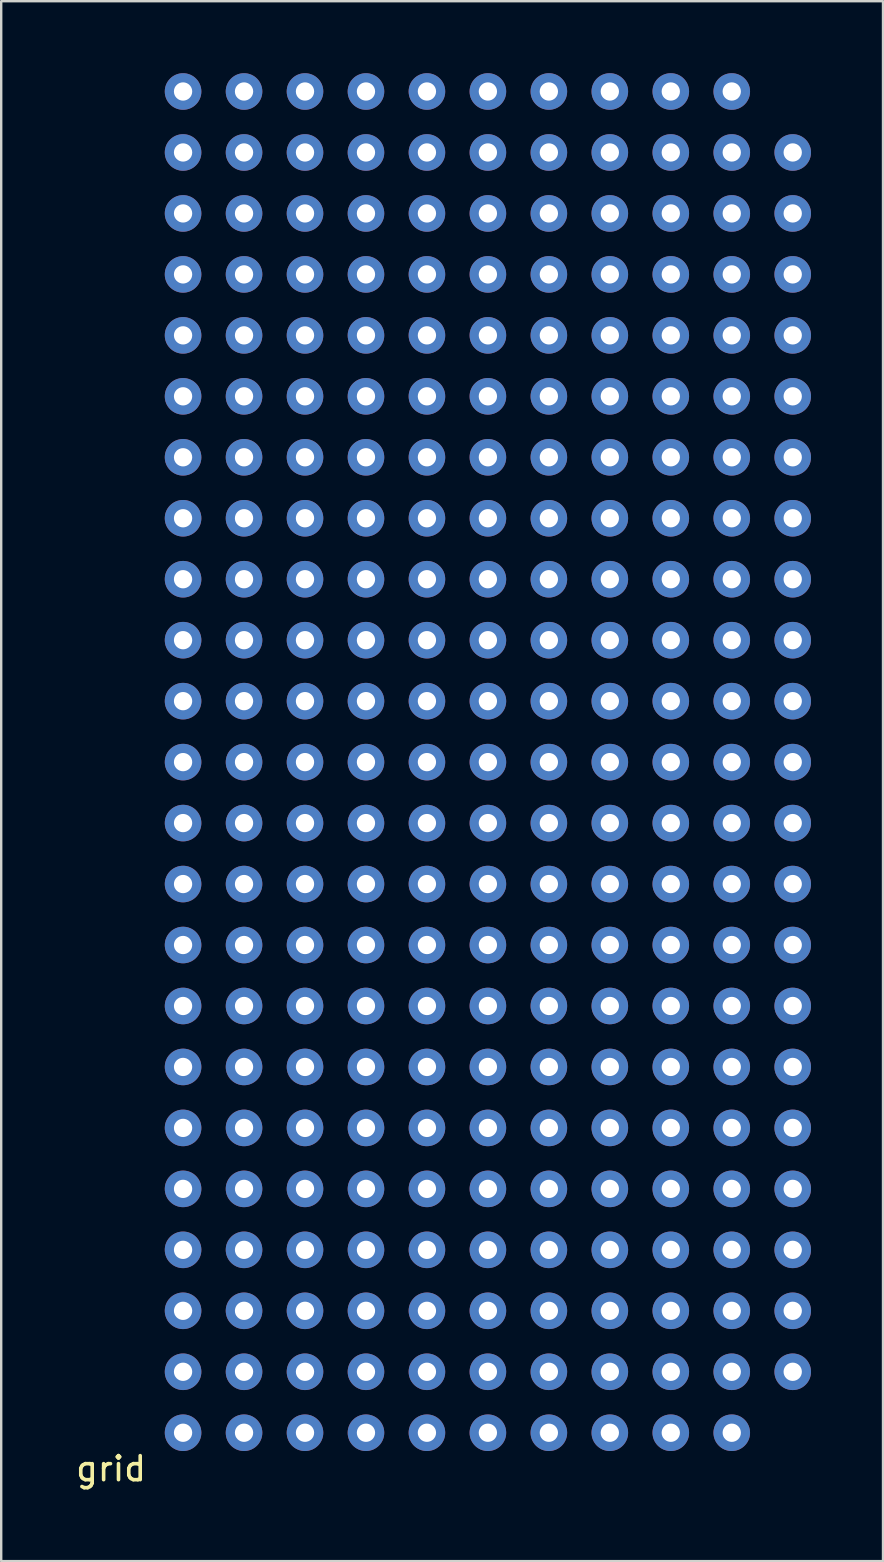
<source format=kicad_pcb>
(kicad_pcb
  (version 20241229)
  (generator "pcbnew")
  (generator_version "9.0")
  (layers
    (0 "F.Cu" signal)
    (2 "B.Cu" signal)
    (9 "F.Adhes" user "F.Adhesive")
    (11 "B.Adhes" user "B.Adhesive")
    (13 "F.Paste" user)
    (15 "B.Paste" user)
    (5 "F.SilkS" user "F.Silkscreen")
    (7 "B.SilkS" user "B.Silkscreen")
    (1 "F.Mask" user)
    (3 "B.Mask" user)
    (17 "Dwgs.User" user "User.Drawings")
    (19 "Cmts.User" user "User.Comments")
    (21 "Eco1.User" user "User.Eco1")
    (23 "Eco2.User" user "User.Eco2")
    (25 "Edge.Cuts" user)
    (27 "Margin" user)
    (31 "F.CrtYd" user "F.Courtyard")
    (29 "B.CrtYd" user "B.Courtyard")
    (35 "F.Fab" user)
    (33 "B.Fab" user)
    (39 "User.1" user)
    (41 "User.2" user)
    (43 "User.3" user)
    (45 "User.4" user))
  (footprint "grid"
    (layer "F.Cu")
    (at 4.577 56.642)
    (property "Reference" "grid" (at -3 1.5 0) (layer "F.SilkS") (effects (font (size 1 1) (thickness 0.15))))
    (attr through_hole)
    (pad "1" thru_hole circle (at 0 0) (size 1.524 1.524) (drill 0.762) (layers "*.Cu" "*.Mask"))
    (pad "12" thru_hole circle (at 0 -2.54) (size 1.524 1.524) (drill 0.762) (layers "*.Cu" "*.Mask"))
    (pad "13" thru_hole circle (at 0 -5.08) (size 1.524 1.524) (drill 0.762) (layers "*.Cu" "*.Mask"))
    (pad "14" thru_hole circle (at 0 -7.62) (size 1.524 1.524) (drill 0.762) (layers "*.Cu" "*.Mask"))
    (pad "15" thru_hole circle (at 0 -10.16) (size 1.524 1.524) (drill 0.762) (layers "*.Cu" "*.Mask"))
    (pad "16" thru_hole circle (at 0 -12.7) (size 1.524 1.524) (drill 0.762) (layers "*.Cu" "*.Mask"))
    (pad "17" thru_hole circle (at 0 -15.24) (size 1.524 1.524) (drill 0.762) (layers "*.Cu" "*.Mask"))
    (pad "18" thru_hole circle (at 0 -17.78) (size 1.524 1.524) (drill 0.762) (layers "*.Cu" "*.Mask"))
    (pad "19" thru_hole circle (at 0 -20.32) (size 1.524 1.524) (drill 0.762) (layers "*.Cu" "*.Mask"))
    (pad "21" thru_hole circle (at 2.54 0) (size 1.524 1.524) (drill 0.762) (layers "*.Cu" "*.Mask"))
    (pad "22" thru_hole circle (at 2.54 -2.54) (size 1.524 1.524) (drill 0.762) (layers "*.Cu" "*.Mask"))
    (pad "23" thru_hole circle (at 2.54 -5.08) (size 1.524 1.524) (drill 0.762) (layers "*.Cu" "*.Mask"))
    (pad "24" thru_hole circle (at 2.54 -7.62) (size 1.524 1.524) (drill 0.762) (layers "*.Cu" "*.Mask"))
    (pad "25" thru_hole circle (at 2.54 -10.16) (size 1.524 1.524) (drill 0.762) (layers "*.Cu" "*.Mask"))
    (pad "26" thru_hole circle (at 2.54 -12.7) (size 1.524 1.524) (drill 0.762) (layers "*.Cu" "*.Mask"))
    (pad "27" thru_hole circle (at 2.54 -15.24) (size 1.524 1.524) (drill 0.762) (layers "*.Cu" "*.Mask"))
    (pad "28" thru_hole circle (at 2.54 -17.78) (size 1.524 1.524) (drill 0.762) (layers "*.Cu" "*.Mask"))
    (pad "29" thru_hole circle (at 2.54 -20.32) (size 1.524 1.524) (drill 0.762) (layers "*.Cu" "*.Mask"))
    (pad "31" thru_hole circle (at 5.08 0) (size 1.524 1.524) (drill 0.762) (layers "*.Cu" "*.Mask"))
    (pad "32" thru_hole circle (at 5.08 -2.54) (size 1.524 1.524) (drill 0.762) (layers "*.Cu" "*.Mask"))
    (pad "33" thru_hole circle (at 5.08 -5.08) (size 1.524 1.524) (drill 0.762) (layers "*.Cu" "*.Mask"))
    (pad "34" thru_hole circle (at 5.08 -7.62) (size 1.524 1.524) (drill 0.762) (layers "*.Cu" "*.Mask"))
    (pad "35" thru_hole circle (at 5.08 -10.16) (size 1.524 1.524) (drill 0.762) (layers "*.Cu" "*.Mask"))
    (pad "36" thru_hole circle (at 5.08 -12.7) (size 1.524 1.524) (drill 0.762) (layers "*.Cu" "*.Mask"))
    (pad "37" thru_hole circle (at 5.08 -15.24) (size 1.524 1.524) (drill 0.762) (layers "*.Cu" "*.Mask"))
    (pad "38" thru_hole circle (at 5.08 -17.78) (size 1.524 1.524) (drill 0.762) (layers "*.Cu" "*.Mask"))
    (pad "39" thru_hole circle (at 5.08 -20.32) (size 1.524 1.524) (drill 0.762) (layers "*.Cu" "*.Mask"))
    (pad "41" thru_hole circle (at 7.62 0) (size 1.524 1.524) (drill 0.762) (layers "*.Cu" "*.Mask"))
    (pad "42" thru_hole circle (at 7.62 -2.54) (size 1.524 1.524) (drill 0.762) (layers "*.Cu" "*.Mask"))
    (pad "43" thru_hole circle (at 7.62 -5.08) (size 1.524 1.524) (drill 0.762) (layers "*.Cu" "*.Mask"))
    (pad "44" thru_hole circle (at 7.62 -7.62) (size 1.524 1.524) (drill 0.762) (layers "*.Cu" "*.Mask"))
    (pad "45" thru_hole circle (at 7.62 -10.16) (size 1.524 1.524) (drill 0.762) (layers "*.Cu" "*.Mask"))
    (pad "46" thru_hole circle (at 7.62 -12.7) (size 1.524 1.524) (drill 0.762) (layers "*.Cu" "*.Mask"))
    (pad "47" thru_hole circle (at 7.62 -15.24) (size 1.524 1.524) (drill 0.762) (layers "*.Cu" "*.Mask"))
    (pad "48" thru_hole circle (at 7.62 -17.78) (size 1.524 1.524) (drill 0.762) (layers "*.Cu" "*.Mask"))
    (pad "49" thru_hole circle (at 7.62 -20.32) (size 1.524 1.524) (drill 0.762) (layers "*.Cu" "*.Mask"))
    (pad "51" thru_hole circle (at 10.16 0) (size 1.524 1.524) (drill 0.762) (layers "*.Cu" "*.Mask"))
    (pad "52" thru_hole circle (at 10.16 -2.54) (size 1.524 1.524) (drill 0.762) (layers "*.Cu" "*.Mask"))
    (pad "53" thru_hole circle (at 10.16 -5.08) (size 1.524 1.524) (drill 0.762) (layers "*.Cu" "*.Mask"))
    (pad "54" thru_hole circle (at 10.16 -7.62) (size 1.524 1.524) (drill 0.762) (layers "*.Cu" "*.Mask"))
    (pad "55" thru_hole circle (at 10.16 -10.16) (size 1.524 1.524) (drill 0.762) (layers "*.Cu" "*.Mask"))
    (pad "56" thru_hole circle (at 10.16 -12.7) (size 1.524 1.524) (drill 0.762) (layers "*.Cu" "*.Mask"))
    (pad "57" thru_hole circle (at 10.16 -15.24) (size 1.524 1.524) (drill 0.762) (layers "*.Cu" "*.Mask"))
    (pad "58" thru_hole circle (at 10.16 -17.78) (size 1.524 1.524) (drill 0.762) (layers "*.Cu" "*.Mask"))
    (pad "59" thru_hole circle (at 10.16 -20.32) (size 1.524 1.524) (drill 0.762) (layers "*.Cu" "*.Mask"))
    (pad "61" thru_hole circle (at 12.7 0) (size 1.524 1.524) (drill 0.762) (layers "*.Cu" "*.Mask"))
    (pad "62" thru_hole circle (at 12.7 -2.54) (size 1.524 1.524) (drill 0.762) (layers "*.Cu" "*.Mask"))
    (pad "63" thru_hole circle (at 12.7 -5.08) (size 1.524 1.524) (drill 0.762) (layers "*.Cu" "*.Mask"))
    (pad "64" thru_hole circle (at 12.7 -7.62) (size 1.524 1.524) (drill 0.762) (layers "*.Cu" "*.Mask"))
    (pad "65" thru_hole circle (at 12.7 -10.16) (size 1.524 1.524) (drill 0.762) (layers "*.Cu" "*.Mask"))
    (pad "66" thru_hole circle (at 12.7 -12.7) (size 1.524 1.524) (drill 0.762) (layers "*.Cu" "*.Mask"))
    (pad "67" thru_hole circle (at 12.7 -15.24) (size 1.524 1.524) (drill 0.762) (layers "*.Cu" "*.Mask"))
    (pad "68" thru_hole circle (at 12.7 -17.78) (size 1.524 1.524) (drill 0.762) (layers "*.Cu" "*.Mask"))
    (pad "69" thru_hole circle (at 12.7 -20.32) (size 1.524 1.524) (drill 0.762) (layers "*.Cu" "*.Mask"))
    (pad "71" thru_hole circle (at 15.24 0) (size 1.524 1.524) (drill 0.762) (layers "*.Cu" "*.Mask"))
    (pad "72" thru_hole circle (at 15.24 -2.54) (size 1.524 1.524) (drill 0.762) (layers "*.Cu" "*.Mask"))
    (pad "73" thru_hole circle (at 15.24 -5.08) (size 1.524 1.524) (drill 0.762) (layers "*.Cu" "*.Mask"))
    (pad "74" thru_hole circle (at 15.24 -7.62) (size 1.524 1.524) (drill 0.762) (layers "*.Cu" "*.Mask"))
    (pad "75" thru_hole circle (at 15.24 -10.16) (size 1.524 1.524) (drill 0.762) (layers "*.Cu" "*.Mask"))
    (pad "76" thru_hole circle (at 15.24 -12.7) (size 1.524 1.524) (drill 0.762) (layers "*.Cu" "*.Mask"))
    (pad "77" thru_hole circle (at 15.24 -15.24) (size 1.524 1.524) (drill 0.762) (layers "*.Cu" "*.Mask"))
    (pad "78" thru_hole circle (at 15.24 -17.78) (size 1.524 1.524) (drill 0.762) (layers "*.Cu" "*.Mask"))
    (pad "79" thru_hole circle (at 15.24 -20.32) (size 1.524 1.524) (drill 0.762) (layers "*.Cu" "*.Mask"))
    (pad "81" thru_hole circle (at 17.78 0) (size 1.524 1.524) (drill 0.762) (layers "*.Cu" "*.Mask"))
    (pad "82" thru_hole circle (at 17.78 -2.54) (size 1.524 1.524) (drill 0.762) (layers "*.Cu" "*.Mask"))
    (pad "83" thru_hole circle (at 17.78 -5.08) (size 1.524 1.524) (drill 0.762) (layers "*.Cu" "*.Mask"))
    (pad "84" thru_hole circle (at 17.78 -7.62) (size 1.524 1.524) (drill 0.762) (layers "*.Cu" "*.Mask"))
    (pad "85" thru_hole circle (at 17.78 -10.16) (size 1.524 1.524) (drill 0.762) (layers "*.Cu" "*.Mask"))
    (pad "86" thru_hole circle (at 17.78 -12.7) (size 1.524 1.524) (drill 0.762) (layers "*.Cu" "*.Mask"))
    (pad "87" thru_hole circle (at 17.78 -15.24) (size 1.524 1.524) (drill 0.762) (layers "*.Cu" "*.Mask"))
    (pad "88" thru_hole circle (at 17.78 -17.78) (size 1.524 1.524) (drill 0.762) (layers "*.Cu" "*.Mask"))
    (pad "89" thru_hole circle (at 17.78 -20.32) (size 1.524 1.524) (drill 0.762) (layers "*.Cu" "*.Mask"))
    (pad "91" thru_hole circle (at 20.32 0) (size 1.524 1.524) (drill 0.762) (layers "*.Cu" "*.Mask"))
    (pad "92" thru_hole circle (at 20.32 -2.54) (size 1.524 1.524) (drill 0.762) (layers "*.Cu" "*.Mask"))
    (pad "93" thru_hole circle (at 20.32 -5.08) (size 1.524 1.524) (drill 0.762) (layers "*.Cu" "*.Mask"))
    (pad "94" thru_hole circle (at 20.32 -7.62) (size 1.524 1.524) (drill 0.762) (layers "*.Cu" "*.Mask"))
    (pad "95" thru_hole circle (at 20.32 -10.16) (size 1.524 1.524) (drill 0.762) (layers "*.Cu" "*.Mask"))
    (pad "96" thru_hole circle (at 20.32 -12.7) (size 1.524 1.524) (drill 0.762) (layers "*.Cu" "*.Mask"))
    (pad "97" thru_hole circle (at 20.32 -15.24) (size 1.524 1.524) (drill 0.762) (layers "*.Cu" "*.Mask"))
    (pad "98" thru_hole circle (at 20.32 -17.78) (size 1.524 1.524) (drill 0.762) (layers "*.Cu" "*.Mask"))
    (pad "99" thru_hole circle (at 20.32 -20.32) (size 1.524 1.524) (drill 0.762) (layers "*.Cu" "*.Mask"))
    (pad "101" thru_hole circle (at 22.86 0) (size 1.524 1.524) (drill 0.762) (layers "*.Cu" "*.Mask"))
    (pad "102" thru_hole circle (at 22.86 -2.54) (size 1.524 1.524) (drill 0.762) (layers "*.Cu" "*.Mask"))
    (pad "103" thru_hole circle (at 22.86 -5.08) (size 1.524 1.524) (drill 0.762) (layers "*.Cu" "*.Mask"))
    (pad "104" thru_hole circle (at 22.86 -7.62) (size 1.524 1.524) (drill 0.762) (layers "*.Cu" "*.Mask"))
    (pad "105" thru_hole circle (at 22.86 -10.16) (size 1.524 1.524) (drill 0.762) (layers "*.Cu" "*.Mask"))
    (pad "106" thru_hole circle (at 22.86 -12.7) (size 1.524 1.524) (drill 0.762) (layers "*.Cu" "*.Mask"))
    (pad "107" thru_hole circle (at 22.86 -15.24) (size 1.524 1.524) (drill 0.762) (layers "*.Cu" "*.Mask"))
    (pad "108" thru_hole circle (at 22.86 -17.78) (size 1.524 1.524) (drill 0.762) (layers "*.Cu" "*.Mask"))
    (pad "109" thru_hole circle (at 22.86 -20.32) (size 1.524 1.524) (drill 0.762) (layers "*.Cu" "*.Mask"))
    (pad "110" thru_hole circle (at 0 -22.86) (size 1.524 1.524) (drill 0.762) (layers "*.Cu" "*.Mask"))
    (pad "111" thru_hole circle (at 0 -25.4) (size 1.524 1.524) (drill 0.762) (layers "*.Cu" "*.Mask"))
    (pad "112" thru_hole circle (at 0 -27.94) (size 1.524 1.524) (drill 0.762) (layers "*.Cu" "*.Mask"))
    (pad "112" thru_hole circle (at 25.4 -2.54) (size 1.524 1.524) (drill 0.762) (layers "*.Cu" "*.Mask"))
    (pad "113" thru_hole circle (at 0 -30.48) (size 1.524 1.524) (drill 0.762) (layers "*.Cu" "*.Mask"))
    (pad "113" thru_hole circle (at 25.4 -5.08) (size 1.524 1.524) (drill 0.762) (layers "*.Cu" "*.Mask"))
    (pad "114" thru_hole circle (at 0 -33.02) (size 1.524 1.524) (drill 0.762) (layers "*.Cu" "*.Mask"))
    (pad "114" thru_hole circle (at 25.4 -7.62) (size 1.524 1.524) (drill 0.762) (layers "*.Cu" "*.Mask"))
    (pad "115" thru_hole circle (at 0 -35.56) (size 1.524 1.524) (drill 0.762) (layers "*.Cu" "*.Mask"))
    (pad "115" thru_hole circle (at 25.4 -10.16) (size 1.524 1.524) (drill 0.762) (layers "*.Cu" "*.Mask"))
    (pad "116" thru_hole circle (at 0 -38.1) (size 1.524 1.524) (drill 0.762) (layers "*.Cu" "*.Mask"))
    (pad "116" thru_hole circle (at 25.4 -12.7) (size 1.524 1.524) (drill 0.762) (layers "*.Cu" "*.Mask"))
    (pad "117" thru_hole circle (at 0 -40.64) (size 1.524 1.524) (drill 0.762) (layers "*.Cu" "*.Mask"))
    (pad "117" thru_hole circle (at 25.4 -15.24) (size 1.524 1.524) (drill 0.762) (layers "*.Cu" "*.Mask"))
    (pad "118" thru_hole circle (at 0 -43.18) (size 1.524 1.524) (drill 0.762) (layers "*.Cu" "*.Mask"))
    (pad "118" thru_hole circle (at 25.4 -17.78) (size 1.524 1.524) (drill 0.762) (layers "*.Cu" "*.Mask"))
    (pad "119" thru_hole circle (at 0 -45.72) (size 1.524 1.524) (drill 0.762) (layers "*.Cu" "*.Mask"))
    (pad "119" thru_hole circle (at 25.4 -20.32) (size 1.524 1.524) (drill 0.762) (layers "*.Cu" "*.Mask"))
    (pad "120" thru_hole circle (at 0 -48.26) (size 1.524 1.524) (drill 0.762) (layers "*.Cu" "*.Mask"))
    (pad "121" thru_hole circle (at 0 -50.8) (size 1.524 1.524) (drill 0.762) (layers "*.Cu" "*.Mask"))
    (pad "122" thru_hole circle (at 0 -53.34) (size 1.524 1.524) (drill 0.762) (layers "*.Cu" "*.Mask"))
    (pad "123" thru_hole circle (at 0 -55.88) (size 1.524 1.524) (drill 0.762) (layers "*.Cu" "*.Mask"))
    (pad "210" thru_hole circle (at 2.54 -22.86) (size 1.524 1.524) (drill 0.762) (layers "*.Cu" "*.Mask"))
    (pad "211" thru_hole circle (at 2.54 -25.4) (size 1.524 1.524) (drill 0.762) (layers "*.Cu" "*.Mask"))
    (pad "212" thru_hole circle (at 2.54 -27.94) (size 1.524 1.524) (drill 0.762) (layers "*.Cu" "*.Mask"))
    (pad "213" thru_hole circle (at 2.54 -30.48) (size 1.524 1.524) (drill 0.762) (layers "*.Cu" "*.Mask"))
    (pad "214" thru_hole circle (at 2.54 -33.02) (size 1.524 1.524) (drill 0.762) (layers "*.Cu" "*.Mask"))
    (pad "215" thru_hole circle (at 2.54 -35.56) (size 1.524 1.524) (drill 0.762) (layers "*.Cu" "*.Mask"))
    (pad "216" thru_hole circle (at 2.54 -38.1) (size 1.524 1.524) (drill 0.762) (layers "*.Cu" "*.Mask"))
    (pad "217" thru_hole circle (at 2.54 -40.64) (size 1.524 1.524) (drill 0.762) (layers "*.Cu" "*.Mask"))
    (pad "218" thru_hole circle (at 2.54 -43.18) (size 1.524 1.524) (drill 0.762) (layers "*.Cu" "*.Mask"))
    (pad "219" thru_hole circle (at 2.54 -45.72) (size 1.524 1.524) (drill 0.762) (layers "*.Cu" "*.Mask"))
    (pad "220" thru_hole circle (at 2.54 -48.26) (size 1.524 1.524) (drill 0.762) (layers "*.Cu" "*.Mask"))
    (pad "221" thru_hole circle (at 2.54 -50.8) (size 1.524 1.524) (drill 0.762) (layers "*.Cu" "*.Mask"))
    (pad "222" thru_hole circle (at 2.54 -53.34) (size 1.524 1.524) (drill 0.762) (layers "*.Cu" "*.Mask"))
    (pad "223" thru_hole circle (at 2.54 -55.88) (size 1.524 1.524) (drill 0.762) (layers "*.Cu" "*.Mask"))
    (pad "310" thru_hole circle (at 5.08 -22.86) (size 1.524 1.524) (drill 0.762) (layers "*.Cu" "*.Mask"))
    (pad "311" thru_hole circle (at 5.08 -25.4) (size 1.524 1.524) (drill 0.762) (layers "*.Cu" "*.Mask"))
    (pad "312" thru_hole circle (at 5.08 -27.94) (size 1.524 1.524) (drill 0.762) (layers "*.Cu" "*.Mask"))
    (pad "313" thru_hole circle (at 5.08 -30.48) (size 1.524 1.524) (drill 0.762) (layers "*.Cu" "*.Mask"))
    (pad "314" thru_hole circle (at 5.08 -33.02) (size 1.524 1.524) (drill 0.762) (layers "*.Cu" "*.Mask"))
    (pad "315" thru_hole circle (at 5.08 -35.56) (size 1.524 1.524) (drill 0.762) (layers "*.Cu" "*.Mask"))
    (pad "316" thru_hole circle (at 5.08 -38.1) (size 1.524 1.524) (drill 0.762) (layers "*.Cu" "*.Mask"))
    (pad "317" thru_hole circle (at 5.08 -40.64) (size 1.524 1.524) (drill 0.762) (layers "*.Cu" "*.Mask"))
    (pad "318" thru_hole circle (at 5.08 -43.18) (size 1.524 1.524) (drill 0.762) (layers "*.Cu" "*.Mask"))
    (pad "319" thru_hole circle (at 5.08 -45.72) (size 1.524 1.524) (drill 0.762) (layers "*.Cu" "*.Mask"))
    (pad "320" thru_hole circle (at 5.08 -48.26) (size 1.524 1.524) (drill 0.762) (layers "*.Cu" "*.Mask"))
    (pad "321" thru_hole circle (at 5.08 -50.8) (size 1.524 1.524) (drill 0.762) (layers "*.Cu" "*.Mask"))
    (pad "322" thru_hole circle (at 5.08 -53.34) (size 1.524 1.524) (drill 0.762) (layers "*.Cu" "*.Mask"))
    (pad "323" thru_hole circle (at 5.08 -55.88) (size 1.524 1.524) (drill 0.762) (layers "*.Cu" "*.Mask"))
    (pad "410" thru_hole circle (at 7.62 -22.86) (size 1.524 1.524) (drill 0.762) (layers "*.Cu" "*.Mask"))
    (pad "411" thru_hole circle (at 7.62 -25.4) (size 1.524 1.524) (drill 0.762) (layers "*.Cu" "*.Mask"))
    (pad "412" thru_hole circle (at 7.62 -27.94) (size 1.524 1.524) (drill 0.762) (layers "*.Cu" "*.Mask"))
    (pad "413" thru_hole circle (at 7.62 -30.48) (size 1.524 1.524) (drill 0.762) (layers "*.Cu" "*.Mask"))
    (pad "414" thru_hole circle (at 7.62 -33.02) (size 1.524 1.524) (drill 0.762) (layers "*.Cu" "*.Mask"))
    (pad "415" thru_hole circle (at 7.62 -35.56) (size 1.524 1.524) (drill 0.762) (layers "*.Cu" "*.Mask"))
    (pad "416" thru_hole circle (at 7.62 -38.1) (size 1.524 1.524) (drill 0.762) (layers "*.Cu" "*.Mask"))
    (pad "417" thru_hole circle (at 7.62 -40.64) (size 1.524 1.524) (drill 0.762) (layers "*.Cu" "*.Mask"))
    (pad "418" thru_hole circle (at 7.62 -43.18) (size 1.524 1.524) (drill 0.762) (layers "*.Cu" "*.Mask"))
    (pad "419" thru_hole circle (at 7.62 -45.72) (size 1.524 1.524) (drill 0.762) (layers "*.Cu" "*.Mask"))
    (pad "420" thru_hole circle (at 7.62 -48.26) (size 1.524 1.524) (drill 0.762) (layers "*.Cu" "*.Mask"))
    (pad "421" thru_hole circle (at 7.62 -50.8) (size 1.524 1.524) (drill 0.762) (layers "*.Cu" "*.Mask"))
    (pad "422" thru_hole circle (at 7.62 -53.34) (size 1.524 1.524) (drill 0.762) (layers "*.Cu" "*.Mask"))
    (pad "423" thru_hole circle (at 7.62 -55.88) (size 1.524 1.524) (drill 0.762) (layers "*.Cu" "*.Mask"))
    (pad "510" thru_hole circle (at 10.16 -22.86) (size 1.524 1.524) (drill 0.762) (layers "*.Cu" "*.Mask"))
    (pad "511" thru_hole circle (at 10.16 -25.4) (size 1.524 1.524) (drill 0.762) (layers "*.Cu" "*.Mask"))
    (pad "512" thru_hole circle (at 10.16 -27.94) (size 1.524 1.524) (drill 0.762) (layers "*.Cu" "*.Mask"))
    (pad "513" thru_hole circle (at 10.16 -30.48) (size 1.524 1.524) (drill 0.762) (layers "*.Cu" "*.Mask"))
    (pad "514" thru_hole circle (at 10.16 -33.02) (size 1.524 1.524) (drill 0.762) (layers "*.Cu" "*.Mask"))
    (pad "515" thru_hole circle (at 10.16 -35.56) (size 1.524 1.524) (drill 0.762) (layers "*.Cu" "*.Mask"))
    (pad "516" thru_hole circle (at 10.16 -38.1) (size 1.524 1.524) (drill 0.762) (layers "*.Cu" "*.Mask"))
    (pad "517" thru_hole circle (at 10.16 -40.64) (size 1.524 1.524) (drill 0.762) (layers "*.Cu" "*.Mask"))
    (pad "518" thru_hole circle (at 10.16 -43.18) (size 1.524 1.524) (drill 0.762) (layers "*.Cu" "*.Mask"))
    (pad "519" thru_hole circle (at 10.16 -45.72) (size 1.524 1.524) (drill 0.762) (layers "*.Cu" "*.Mask"))
    (pad "520" thru_hole circle (at 10.16 -48.26) (size 1.524 1.524) (drill 0.762) (layers "*.Cu" "*.Mask"))
    (pad "521" thru_hole circle (at 10.16 -50.8) (size 1.524 1.524) (drill 0.762) (layers "*.Cu" "*.Mask"))
    (pad "522" thru_hole circle (at 10.16 -53.34) (size 1.524 1.524) (drill 0.762) (layers "*.Cu" "*.Mask"))
    (pad "523" thru_hole circle (at 10.16 -55.88) (size 1.524 1.524) (drill 0.762) (layers "*.Cu" "*.Mask"))
    (pad "610" thru_hole circle (at 12.7 -22.86) (size 1.524 1.524) (drill 0.762) (layers "*.Cu" "*.Mask"))
    (pad "611" thru_hole circle (at 12.7 -25.4) (size 1.524 1.524) (drill 0.762) (layers "*.Cu" "*.Mask"))
    (pad "612" thru_hole circle (at 12.7 -27.94) (size 1.524 1.524) (drill 0.762) (layers "*.Cu" "*.Mask"))
    (pad "613" thru_hole circle (at 12.7 -30.48) (size 1.524 1.524) (drill 0.762) (layers "*.Cu" "*.Mask"))
    (pad "614" thru_hole circle (at 12.7 -33.02) (size 1.524 1.524) (drill 0.762) (layers "*.Cu" "*.Mask"))
    (pad "615" thru_hole circle (at 12.7 -35.56) (size 1.524 1.524) (drill 0.762) (layers "*.Cu" "*.Mask"))
    (pad "616" thru_hole circle (at 12.7 -38.1) (size 1.524 1.524) (drill 0.762) (layers "*.Cu" "*.Mask"))
    (pad "617" thru_hole circle (at 12.7 -40.64) (size 1.524 1.524) (drill 0.762) (layers "*.Cu" "*.Mask"))
    (pad "618" thru_hole circle (at 12.7 -43.18) (size 1.524 1.524) (drill 0.762) (layers "*.Cu" "*.Mask"))
    (pad "619" thru_hole circle (at 12.7 -45.72) (size 1.524 1.524) (drill 0.762) (layers "*.Cu" "*.Mask"))
    (pad "620" thru_hole circle (at 12.7 -48.26) (size 1.524 1.524) (drill 0.762) (layers "*.Cu" "*.Mask"))
    (pad "621" thru_hole circle (at 12.7 -50.8) (size 1.524 1.524) (drill 0.762) (layers "*.Cu" "*.Mask"))
    (pad "622" thru_hole circle (at 12.7 -53.34) (size 1.524 1.524) (drill 0.762) (layers "*.Cu" "*.Mask"))
    (pad "623" thru_hole circle (at 12.7 -55.88) (size 1.524 1.524) (drill 0.762) (layers "*.Cu" "*.Mask"))
    (pad "710" thru_hole circle (at 15.24 -22.86) (size 1.524 1.524) (drill 0.762) (layers "*.Cu" "*.Mask"))
    (pad "711" thru_hole circle (at 15.24 -25.4) (size 1.524 1.524) (drill 0.762) (layers "*.Cu" "*.Mask"))
    (pad "712" thru_hole circle (at 15.24 -27.94) (size 1.524 1.524) (drill 0.762) (layers "*.Cu" "*.Mask"))
    (pad "713" thru_hole circle (at 15.24 -30.48) (size 1.524 1.524) (drill 0.762) (layers "*.Cu" "*.Mask"))
    (pad "714" thru_hole circle (at 15.24 -33.02) (size 1.524 1.524) (drill 0.762) (layers "*.Cu" "*.Mask"))
    (pad "715" thru_hole circle (at 15.24 -35.56) (size 1.524 1.524) (drill 0.762) (layers "*.Cu" "*.Mask"))
    (pad "716" thru_hole circle (at 15.24 -38.1) (size 1.524 1.524) (drill 0.762) (layers "*.Cu" "*.Mask"))
    (pad "717" thru_hole circle (at 15.24 -40.64) (size 1.524 1.524) (drill 0.762) (layers "*.Cu" "*.Mask"))
    (pad "718" thru_hole circle (at 15.24 -43.18) (size 1.524 1.524) (drill 0.762) (layers "*.Cu" "*.Mask"))
    (pad "719" thru_hole circle (at 15.24 -45.72) (size 1.524 1.524) (drill 0.762) (layers "*.Cu" "*.Mask"))
    (pad "720" thru_hole circle (at 15.24 -48.26) (size 1.524 1.524) (drill 0.762) (layers "*.Cu" "*.Mask"))
    (pad "721" thru_hole circle (at 15.24 -50.8) (size 1.524 1.524) (drill 0.762) (layers "*.Cu" "*.Mask"))
    (pad "722" thru_hole circle (at 15.24 -53.34) (size 1.524 1.524) (drill 0.762) (layers "*.Cu" "*.Mask"))
    (pad "723" thru_hole circle (at 15.24 -55.88) (size 1.524 1.524) (drill 0.762) (layers "*.Cu" "*.Mask"))
    (pad "810" thru_hole circle (at 17.78 -22.86) (size 1.524 1.524) (drill 0.762) (layers "*.Cu" "*.Mask"))
    (pad "811" thru_hole circle (at 17.78 -25.4) (size 1.524 1.524) (drill 0.762) (layers "*.Cu" "*.Mask"))
    (pad "812" thru_hole circle (at 17.78 -27.94) (size 1.524 1.524) (drill 0.762) (layers "*.Cu" "*.Mask"))
    (pad "813" thru_hole circle (at 17.78 -30.48) (size 1.524 1.524) (drill 0.762) (layers "*.Cu" "*.Mask"))
    (pad "814" thru_hole circle (at 17.78 -33.02) (size 1.524 1.524) (drill 0.762) (layers "*.Cu" "*.Mask"))
    (pad "815" thru_hole circle (at 17.78 -35.56) (size 1.524 1.524) (drill 0.762) (layers "*.Cu" "*.Mask"))
    (pad "816" thru_hole circle (at 17.78 -38.1) (size 1.524 1.524) (drill 0.762) (layers "*.Cu" "*.Mask"))
    (pad "817" thru_hole circle (at 17.78 -40.64) (size 1.524 1.524) (drill 0.762) (layers "*.Cu" "*.Mask"))
    (pad "818" thru_hole circle (at 17.78 -43.18) (size 1.524 1.524) (drill 0.762) (layers "*.Cu" "*.Mask"))
    (pad "819" thru_hole circle (at 17.78 -45.72) (size 1.524 1.524) (drill 0.762) (layers "*.Cu" "*.Mask"))
    (pad "820" thru_hole circle (at 17.78 -48.26) (size 1.524 1.524) (drill 0.762) (layers "*.Cu" "*.Mask"))
    (pad "821" thru_hole circle (at 17.78 -50.8) (size 1.524 1.524) (drill 0.762) (layers "*.Cu" "*.Mask"))
    (pad "822" thru_hole circle (at 17.78 -53.34) (size 1.524 1.524) (drill 0.762) (layers "*.Cu" "*.Mask"))
    (pad "823" thru_hole circle (at 17.78 -55.88) (size 1.524 1.524) (drill 0.762) (layers "*.Cu" "*.Mask"))
    (pad "910" thru_hole circle (at 20.32 -22.86) (size 1.524 1.524) (drill 0.762) (layers "*.Cu" "*.Mask"))
    (pad "911" thru_hole circle (at 20.32 -25.4) (size 1.524 1.524) (drill 0.762) (layers "*.Cu" "*.Mask"))
    (pad "912" thru_hole circle (at 20.32 -27.94) (size 1.524 1.524) (drill 0.762) (layers "*.Cu" "*.Mask"))
    (pad "913" thru_hole circle (at 20.32 -30.48) (size 1.524 1.524) (drill 0.762) (layers "*.Cu" "*.Mask"))
    (pad "914" thru_hole circle (at 20.32 -33.02) (size 1.524 1.524) (drill 0.762) (layers "*.Cu" "*.Mask"))
    (pad "915" thru_hole circle (at 20.32 -35.56) (size 1.524 1.524) (drill 0.762) (layers "*.Cu" "*.Mask"))
    (pad "916" thru_hole circle (at 20.32 -38.1) (size 1.524 1.524) (drill 0.762) (layers "*.Cu" "*.Mask"))
    (pad "917" thru_hole circle (at 20.32 -40.64) (size 1.524 1.524) (drill 0.762) (layers "*.Cu" "*.Mask"))
    (pad "918" thru_hole circle (at 20.32 -43.18) (size 1.524 1.524) (drill 0.762) (layers "*.Cu" "*.Mask"))
    (pad "919" thru_hole circle (at 20.32 -45.72) (size 1.524 1.524) (drill 0.762) (layers "*.Cu" "*.Mask"))
    (pad "920" thru_hole circle (at 20.32 -48.26) (size 1.524 1.524) (drill 0.762) (layers "*.Cu" "*.Mask"))
    (pad "921" thru_hole circle (at 20.32 -50.8) (size 1.524 1.524) (drill 0.762) (layers "*.Cu" "*.Mask"))
    (pad "922" thru_hole circle (at 20.32 -53.34) (size 1.524 1.524) (drill 0.762) (layers "*.Cu" "*.Mask"))
    (pad "923" thru_hole circle (at 20.32 -55.88) (size 1.524 1.524) (drill 0.762) (layers "*.Cu" "*.Mask"))
    (pad "1010" thru_hole circle (at 22.86 -22.86) (size 1.524 1.524) (drill 0.762) (layers "*.Cu" "*.Mask"))
    (pad "1011" thru_hole circle (at 22.86 -25.4) (size 1.524 1.524) (drill 0.762) (layers "*.Cu" "*.Mask"))
    (pad "1012" thru_hole circle (at 22.86 -27.94) (size 1.524 1.524) (drill 0.762) (layers "*.Cu" "*.Mask"))
    (pad "1013" thru_hole circle (at 22.86 -30.48) (size 1.524 1.524) (drill 0.762) (layers "*.Cu" "*.Mask"))
    (pad "1014" thru_hole circle (at 22.86 -33.02) (size 1.524 1.524) (drill 0.762) (layers "*.Cu" "*.Mask"))
    (pad "1015" thru_hole circle (at 22.86 -35.56) (size 1.524 1.524) (drill 0.762) (layers "*.Cu" "*.Mask"))
    (pad "1016" thru_hole circle (at 22.86 -38.1) (size 1.524 1.524) (drill 0.762) (layers "*.Cu" "*.Mask"))
    (pad "1017" thru_hole circle (at 22.86 -40.64) (size 1.524 1.524) (drill 0.762) (layers "*.Cu" "*.Mask"))
    (pad "1018" thru_hole circle (at 22.86 -43.18) (size 1.524 1.524) (drill 0.762) (layers "*.Cu" "*.Mask"))
    (pad "1019" thru_hole circle (at 22.86 -45.72) (size 1.524 1.524) (drill 0.762) (layers "*.Cu" "*.Mask"))
    (pad "1020" thru_hole circle (at 22.86 -48.26) (size 1.524 1.524) (drill 0.762) (layers "*.Cu" "*.Mask"))
    (pad "1021" thru_hole circle (at 22.86 -50.8) (size 1.524 1.524) (drill 0.762) (layers "*.Cu" "*.Mask"))
    (pad "1022" thru_hole circle (at 22.86 -53.34) (size 1.524 1.524) (drill 0.762) (layers "*.Cu" "*.Mask"))
    (pad "1023" thru_hole circle (at 22.86 -55.88) (size 1.524 1.524) (drill 0.762) (layers "*.Cu" "*.Mask"))
    (pad "1110" thru_hole circle (at 25.4 -22.86) (size 1.524 1.524) (drill 0.762) (layers "*.Cu" "*.Mask"))
    (pad "1111" thru_hole circle (at 25.4 -25.4) (size 1.524 1.524) (drill 0.762) (layers "*.Cu" "*.Mask"))
    (pad "1112" thru_hole circle (at 25.4 -27.94) (size 1.524 1.524) (drill 0.762) (layers "*.Cu" "*.Mask"))
    (pad "1113" thru_hole circle (at 25.4 -30.48) (size 1.524 1.524) (drill 0.762) (layers "*.Cu" "*.Mask"))
    (pad "1114" thru_hole circle (at 25.4 -33.02) (size 1.524 1.524) (drill 0.762) (layers "*.Cu" "*.Mask"))
    (pad "1115" thru_hole circle (at 25.4 -35.56) (size 1.524 1.524) (drill 0.762) (layers "*.Cu" "*.Mask"))
    (pad "1116" thru_hole circle (at 25.4 -38.1) (size 1.524 1.524) (drill 0.762) (layers "*.Cu" "*.Mask"))
    (pad "1117" thru_hole circle (at 25.4 -40.64) (size 1.524 1.524) (drill 0.762) (layers "*.Cu" "*.Mask"))
    (pad "1118" thru_hole circle (at 25.4 -43.18) (size 1.524 1.524) (drill 0.762) (layers "*.Cu" "*.Mask"))
    (pad "1119" thru_hole circle (at 25.4 -45.72) (size 1.524 1.524) (drill 0.762) (layers "*.Cu" "*.Mask"))
    (pad "1120" thru_hole circle (at 25.4 -48.26) (size 1.524 1.524) (drill 0.762) (layers "*.Cu" "*.Mask"))
    (pad "1121" thru_hole circle (at 25.4 -50.8) (size 1.524 1.524) (drill 0.762) (layers "*.Cu" "*.Mask"))
    (pad "1122" thru_hole circle (at 25.4 -53.34) (size 1.524 1.524) (drill 0.762) (layers "*.Cu" "*.Mask")))
  (gr_rect
    (start -3 -3)
    (end 33.739 61.99)
    (stroke (width 0.1) (type default))
    (fill no)
    (layer "Edge.Cuts")))
</source>
